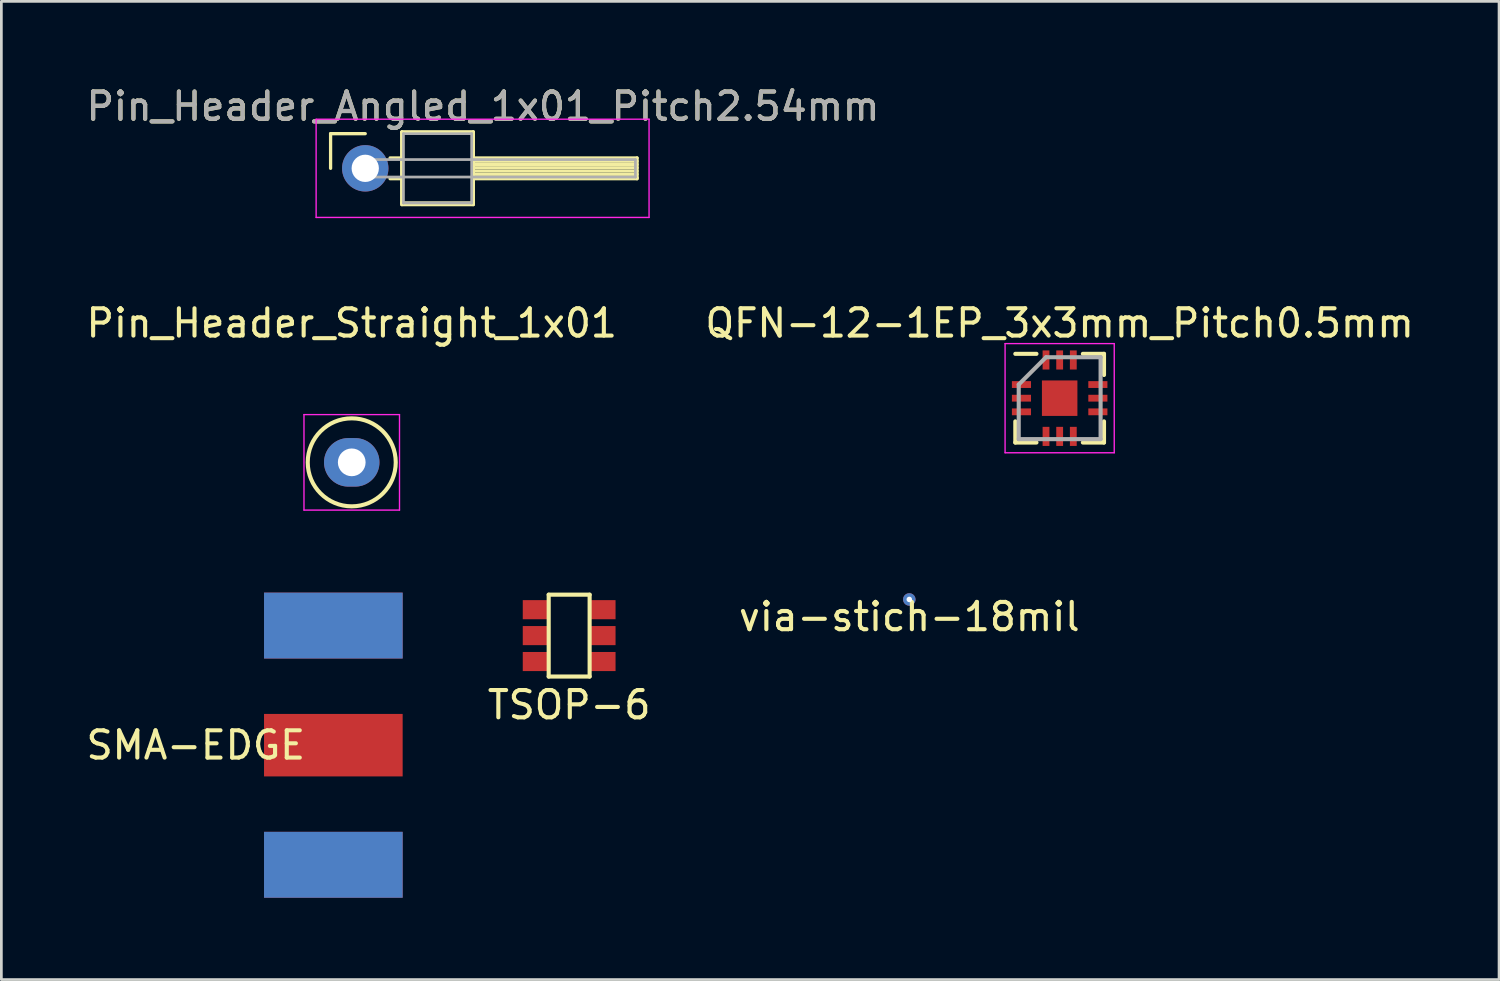
<source format=kicad_pcb>
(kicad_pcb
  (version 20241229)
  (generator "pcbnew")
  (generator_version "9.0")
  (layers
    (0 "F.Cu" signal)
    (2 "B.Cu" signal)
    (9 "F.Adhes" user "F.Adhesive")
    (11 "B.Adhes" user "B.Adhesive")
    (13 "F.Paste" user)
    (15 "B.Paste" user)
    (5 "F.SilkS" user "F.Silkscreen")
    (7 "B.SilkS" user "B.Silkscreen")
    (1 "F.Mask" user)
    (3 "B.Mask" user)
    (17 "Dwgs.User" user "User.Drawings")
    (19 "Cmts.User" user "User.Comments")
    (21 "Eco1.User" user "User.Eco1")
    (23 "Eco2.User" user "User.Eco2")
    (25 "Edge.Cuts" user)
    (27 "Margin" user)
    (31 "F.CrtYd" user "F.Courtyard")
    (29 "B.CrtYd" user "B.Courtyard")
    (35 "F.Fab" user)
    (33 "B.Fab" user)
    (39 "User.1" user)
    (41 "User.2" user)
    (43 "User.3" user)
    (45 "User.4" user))
  (footprint "SMA-EDGE"
    (layer "F.Cu")
    (at 6.625 24.256)
    (property "Reference" "SMA-EDGE" (at -2.5 0 0) (layer "F.SilkS") (effects (font (size 1 1) (thickness 0.15))))
    (attr through_hole)
    (pad "1" smd rect (at 2.54 0) (size 5.08 2.29) (layers "F.Cu" "F.Mask" "F.Paste"))
    (pad "2" smd rect (at 2.54 4.383) (size 5.08 2.415) (layers "F.Cu" "F.Mask" "F.Paste"))
    (pad "3" smd rect (at 2.54 -4.383) (size 5.08 2.415) (layers "F.Cu" "F.Mask" "F.Paste"))
    (pad "4" smd rect (at 2.54 -4.383) (size 5.08 2.415) (layers "B.Cu" "B.Mask" "B.Paste"))
    (pad "5" smd rect (at 2.54 4.383) (size 5.08 2.415) (layers "B.Cu" "B.Mask" "B.Paste")))
  (footprint "Pin_Header_Straight_1x01"
    (placed yes)
    (layer "F.Cu")
    (at 9.839 13.892)
    (property "Reference" "Pin_Header_Straight_1x01" (at 0 -5.1 0) (layer "F.SilkS") (effects (font (size 1 1) (thickness 0.15))))
    (attr through_hole)
    (fp_circle (center 0 0) (end 0.2 1.6) (stroke (width 0.15) (type solid)) (fill no) (layer "F.SilkS"))
    (fp_line (start -1.75 -1.75) (end -1.75 1.75) (stroke (width 0.05) (type solid)) (layer "F.CrtYd"))
    (fp_line (start -1.75 -1.75) (end 1.75 -1.75) (stroke (width 0.05) (type solid)) (layer "F.CrtYd"))
    (fp_line (start -1.75 1.75) (end 1.75 1.75) (stroke (width 0.05) (type solid)) (layer "F.CrtYd"))
    (fp_line (start 1.75 -1.75) (end 1.75 1.75) (stroke (width 0.05) (type solid)) (layer "F.CrtYd"))
    (pad "1" thru_hole oval (at 0 0) (size 2.032 1.778) (drill 1.016) (layers "*.Cu" "*.Mask")))
  (footprint "via-stich-18mil"
    (layer "F.Cu")
    (at 30.27 18.916)
    (property "Reference" "via-stich-18mil" (at 0 0.635 0) (layer "F.SilkS") (effects (font (size 1 1) (thickness 0.15))))
    (attr through_hole)
    (pad "1" thru_hole circle (at 0 0) (size 0.457 0.457) (drill 0.203) (layers "*.Cu")))
  (footprint "Pin_Header_Angled_1x01_Pitch2.54mm"
    (layer "F.Cu")
    (at 10.334 3.118)
    (property "Reference" "Pin_Header_Angled_1x01_Pitch2.54mm" (at 4.315 -2.27 0) (layer "F.SilkS") (effects (font (size 1 1) (thickness 0.15))))
    (attr through_hole)
    (fp_line (start -1.27 -1.27) (end 0 -1.27) (stroke (width 0.12) (type solid)) (layer "F.SilkS"))
    (fp_line (start -1.27 0) (end -1.27 -1.27) (stroke (width 0.12) (type solid)) (layer "F.SilkS"))
    (fp_line (start 0.91 -0.38) (end 1.34 -0.38) (stroke (width 0.12) (type solid)) (layer "F.SilkS"))
    (fp_line (start 0.91 0.38) (end 1.34 0.38) (stroke (width 0.12) (type solid)) (layer "F.SilkS"))
    (fp_line (start 1.34 -1.33) (end 1.34 1.27) (stroke (width 0.12) (type solid)) (layer "F.SilkS"))
    (fp_line (start 1.34 -1.33) (end 1.34 1.33) (stroke (width 0.12) (type solid)) (layer "F.SilkS"))
    (fp_line (start 1.34 1.27) (end 3.96 1.27) (stroke (width 0.12) (type solid)) (layer "F.SilkS"))
    (fp_line (start 1.34 1.33) (end 3.96 1.33) (stroke (width 0.12) (type solid)) (layer "F.SilkS"))
    (fp_line (start 3.96 -1.33) (end 1.34 -1.33) (stroke (width 0.12) (type solid)) (layer "F.SilkS"))
    (fp_line (start 3.96 -1.33) (end 1.34 -1.33) (stroke (width 0.12) (type solid)) (layer "F.SilkS"))
    (fp_line (start 3.96 -0.38) (end 3.96 0.38) (stroke (width 0.12) (type solid)) (layer "F.SilkS"))
    (fp_line (start 3.96 -0.26) (end 9.96 -0.26) (stroke (width 0.12) (type solid)) (layer "F.SilkS"))
    (fp_line (start 3.96 -0.14) (end 9.96 -0.14) (stroke (width 0.12) (type solid)) (layer "F.SilkS"))
    (fp_line (start 3.96 -0.02) (end 9.96 -0.02) (stroke (width 0.12) (type solid)) (layer "F.SilkS"))
    (fp_line (start 3.96 0.1) (end 9.96 0.1) (stroke (width 0.12) (type solid)) (layer "F.SilkS"))
    (fp_line (start 3.96 0.22) (end 9.96 0.22) (stroke (width 0.12) (type solid)) (layer "F.SilkS"))
    (fp_line (start 3.96 0.34) (end 9.96 0.34) (stroke (width 0.12) (type solid)) (layer "F.SilkS"))
    (fp_line (start 3.96 0.38) (end 9.96 0.38) (stroke (width 0.12) (type solid)) (layer "F.SilkS"))
    (fp_line (start 3.96 1.27) (end 3.96 -1.33) (stroke (width 0.12) (type solid)) (layer "F.SilkS"))
    (fp_line (start 3.96 1.33) (end 3.96 -1.33) (stroke (width 0.12) (type solid)) (layer "F.SilkS"))
    (fp_line (start 9.96 -0.38) (end 3.96 -0.38) (stroke (width 0.12) (type solid)) (layer "F.SilkS"))
    (fp_line (start 9.96 0.38) (end 9.96 -0.38) (stroke (width 0.12) (type solid)) (layer "F.SilkS"))
    (fp_line (start -1.8 -1.8) (end -1.8 1.8) (stroke (width 0.05) (type solid)) (layer "F.CrtYd"))
    (fp_line (start -1.8 1.8) (end 10.4 1.8) (stroke (width 0.05) (type solid)) (layer "F.CrtYd"))
    (fp_line (start 10.4 -1.8) (end -1.8 -1.8) (stroke (width 0.05) (type solid)) (layer "F.CrtYd"))
    (fp_line (start 10.4 1.8) (end 10.4 -1.8) (stroke (width 0.05) (type solid)) (layer "F.CrtYd"))
    (fp_line (start 0 -0.32) (end 0 0.32) (stroke (width 0.1) (type solid)) (layer "F.Fab"))
    (fp_line (start 0 0.32) (end 9.9 0.32) (stroke (width 0.1) (type solid)) (layer "F.Fab"))
    (fp_line (start 1.4 -1.27) (end 1.4 1.27) (stroke (width 0.1) (type solid)) (layer "F.Fab"))
    (fp_line (start 1.4 1.27) (end 3.9 1.27) (stroke (width 0.1) (type solid)) (layer "F.Fab"))
    (fp_line (start 3.9 -1.27) (end 1.4 -1.27) (stroke (width 0.1) (type solid)) (layer "F.Fab"))
    (fp_line (start 3.9 1.27) (end 3.9 -1.27) (stroke (width 0.1) (type solid)) (layer "F.Fab"))
    (fp_line (start 9.9 -0.32) (end 0 -0.32) (stroke (width 0.1) (type solid)) (layer "F.Fab"))
    (fp_line (start 9.9 0.32) (end 9.9 -0.32) (stroke (width 0.1) (type solid)) (layer "F.Fab"))
    (fp_text user "${REFERENCE}" (at 4.315 -2.27 0) (layer "F.Fab") (effects (font (size 1 1) (thickness 0.15))))
    (pad "1" thru_hole circle (at 0 0) (size 1.7 1.7) (drill 1) (layers "*.Cu" "*.Mask")))
  (footprint "TSOP-6"
    (layer "F.Cu")
    (at 17.806 20.241)
    (property "Reference" "TSOP-6" (at 0 2.54 0) (layer "F.SilkS") (effects (font (size 1 1) (thickness 0.15))))
    (attr through_hole)
    (fp_line (start -0.75 -1.5) (end -0.75 1.5) (stroke (width 0.15) (type solid)) (layer "F.SilkS"))
    (fp_line (start -0.75 1.5) (end 0.75 1.5) (stroke (width 0.15) (type solid)) (layer "F.SilkS"))
    (fp_line (start 0.75 -1.5) (end -0.75 -1.5) (stroke (width 0.15) (type solid)) (layer "F.SilkS"))
    (fp_line (start 0.75 1.5) (end 0.75 -1.5) (stroke (width 0.15) (type solid)) (layer "F.SilkS"))
    (pad "1" smd rect (at -1.2 -0.95) (size 1 0.7) (layers "F.Cu" "F.Mask" "F.Paste"))
    (pad "2" smd rect (at -1.2 0) (size 1 0.7) (layers "F.Cu" "F.Mask" "F.Paste"))
    (pad "3" smd rect (at -1.2 0.95) (size 1 0.7) (layers "F.Cu" "F.Mask" "F.Paste"))
    (pad "4" smd rect (at 1.2 0.95) (size 1 0.7) (layers "F.Cu" "F.Mask" "F.Paste"))
    (pad "5" smd rect (at 1.2 0) (size 1 0.7) (layers "F.Cu" "F.Mask" "F.Paste"))
    (pad "6" smd rect (at 1.2 -0.95) (size 1 0.7) (layers "F.Cu" "F.Mask" "F.Paste")))
  (footprint "QFN-12-1EP_3x3mm_Pitch0.5mm"
    (layer "F.Cu")
    (at 35.78 11.541)
    (property "Reference" "QFN-12-1EP_3x3mm_Pitch0.5mm" (at 0 -2.75 0) (layer "F.SilkS") (effects (font (size 1 1) (thickness 0.15))))
    (attr smd)
    (fp_line (start -1.625 -1.625) (end -0.85 -1.625) (stroke (width 0.15) (type solid)) (layer "F.SilkS"))
    (fp_line (start -1.625 1.625) (end -1.625 0.85) (stroke (width 0.15) (type solid)) (layer "F.SilkS"))
    (fp_line (start -1.625 1.625) (end -0.85 1.625) (stroke (width 0.15) (type solid)) (layer "F.SilkS"))
    (fp_line (start 1.625 -1.625) (end 0.85 -1.625) (stroke (width 0.15) (type solid)) (layer "F.SilkS"))
    (fp_line (start 1.625 -1.625) (end 1.625 -0.85) (stroke (width 0.15) (type solid)) (layer "F.SilkS"))
    (fp_line (start 1.625 1.625) (end 0.85 1.625) (stroke (width 0.15) (type solid)) (layer "F.SilkS"))
    (fp_line (start 1.625 1.625) (end 1.625 0.85) (stroke (width 0.15) (type solid)) (layer "F.SilkS"))
    (fp_line (start -2 -2) (end -2 2) (stroke (width 0.05) (type solid)) (layer "F.CrtYd"))
    (fp_line (start -2 -2) (end 2 -2) (stroke (width 0.05) (type solid)) (layer "F.CrtYd"))
    (fp_line (start -2 2) (end 2 2) (stroke (width 0.05) (type solid)) (layer "F.CrtYd"))
    (fp_line (start 2 -2) (end 2 2) (stroke (width 0.05) (type solid)) (layer "F.CrtYd"))
    (fp_line (start -1.5 -0.5) (end -0.5 -1.5) (stroke (width 0.15) (type solid)) (layer "F.Fab"))
    (fp_line (start -1.5 1.5) (end -1.5 -0.5) (stroke (width 0.15) (type solid)) (layer "F.Fab"))
    (fp_line (start -0.5 -1.5) (end 1.5 -1.5) (stroke (width 0.15) (type solid)) (layer "F.Fab"))
    (fp_line (start 1.5 -1.5) (end 1.5 1.5) (stroke (width 0.15) (type solid)) (layer "F.Fab"))
    (fp_line (start 1.5 1.5) (end -1.5 1.5) (stroke (width 0.15) (type solid)) (layer "F.Fab"))
    (pad "1" smd rect (at -1.4 -0.5) (size 0.7 0.25) (layers "F.Cu" "F.Mask" "F.Paste"))
    (pad "2" smd rect (at -1.4 0) (size 0.7 0.25) (layers "F.Cu" "F.Mask" "F.Paste"))
    (pad "3" smd rect (at -1.4 0.5) (size 0.7 0.25) (layers "F.Cu" "F.Mask" "F.Paste"))
    (pad "4" smd rect (at -0.5 1.4 90) (size 0.7 0.25) (layers "F.Cu" "F.Mask" "F.Paste"))
    (pad "5" smd rect (at 0 1.4 90) (size 0.7 0.25) (layers "F.Cu" "F.Mask" "F.Paste"))
    (pad "6" smd rect (at 0.5 1.4 90) (size 0.7 0.25) (layers "F.Cu" "F.Mask" "F.Paste"))
    (pad "7" smd rect (at 1.4 0.5) (size 0.7 0.25) (layers "F.Cu" "F.Mask" "F.Paste"))
    (pad "8" smd rect (at 1.4 0) (size 0.7 0.25) (layers "F.Cu" "F.Mask" "F.Paste"))
    (pad "9" smd rect (at 1.4 -0.5) (size 0.7 0.25) (layers "F.Cu" "F.Mask" "F.Paste"))
    (pad "10" smd rect (at 0.5 -1.4 90) (size 0.7 0.25) (layers "F.Cu" "F.Mask" "F.Paste"))
    (pad "11" smd rect (at 0 -1.4 90) (size 0.7 0.25) (layers "F.Cu" "F.Mask" "F.Paste"))
    (pad "12" smd rect (at -0.5 -1.4 90) (size 0.7 0.25) (layers "F.Cu" "F.Mask" "F.Paste"))
    (pad "13" smd rect (at 0 0) (size 1.3 1.3) (layers "F.Cu" "F.Mask" "F.Paste")))
  (gr_rect
    (start -3 -3)
    (end 51.881 32.846)
    (stroke (width 0.1) (type default))
    (fill no)
    (layer "Edge.Cuts")))
</source>
